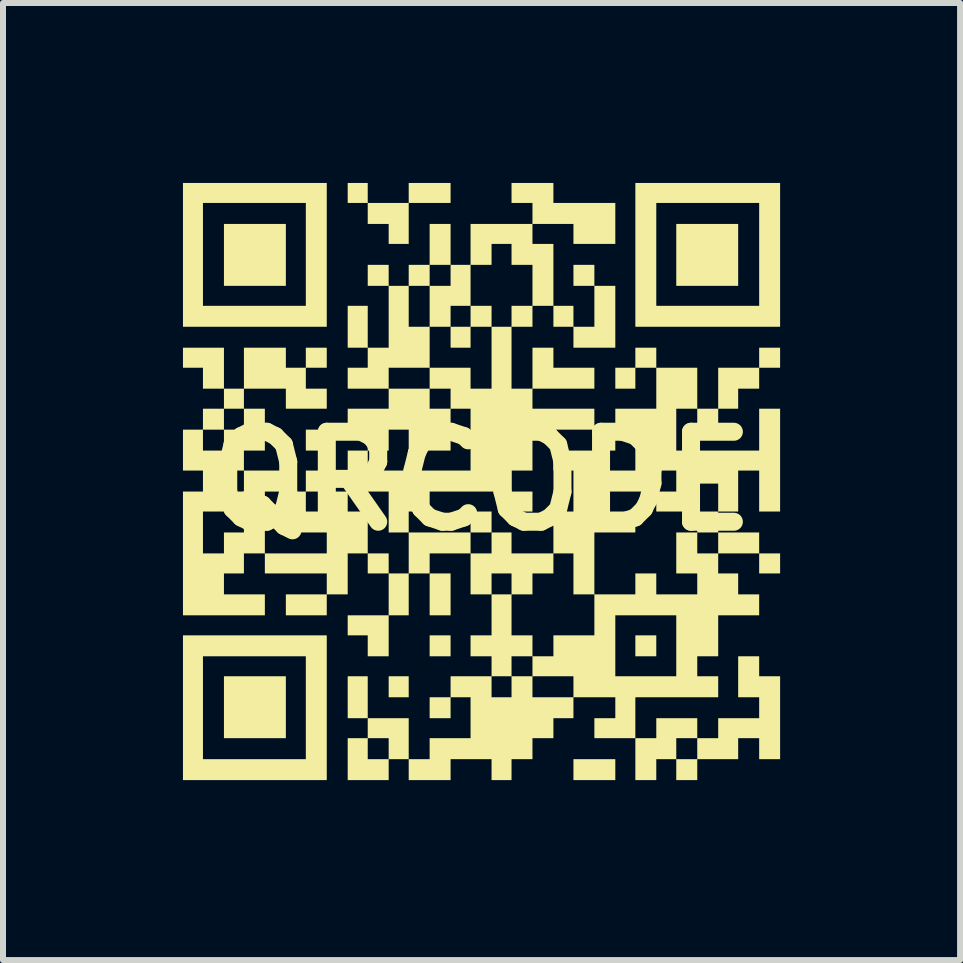
<source format=kicad_pcb>
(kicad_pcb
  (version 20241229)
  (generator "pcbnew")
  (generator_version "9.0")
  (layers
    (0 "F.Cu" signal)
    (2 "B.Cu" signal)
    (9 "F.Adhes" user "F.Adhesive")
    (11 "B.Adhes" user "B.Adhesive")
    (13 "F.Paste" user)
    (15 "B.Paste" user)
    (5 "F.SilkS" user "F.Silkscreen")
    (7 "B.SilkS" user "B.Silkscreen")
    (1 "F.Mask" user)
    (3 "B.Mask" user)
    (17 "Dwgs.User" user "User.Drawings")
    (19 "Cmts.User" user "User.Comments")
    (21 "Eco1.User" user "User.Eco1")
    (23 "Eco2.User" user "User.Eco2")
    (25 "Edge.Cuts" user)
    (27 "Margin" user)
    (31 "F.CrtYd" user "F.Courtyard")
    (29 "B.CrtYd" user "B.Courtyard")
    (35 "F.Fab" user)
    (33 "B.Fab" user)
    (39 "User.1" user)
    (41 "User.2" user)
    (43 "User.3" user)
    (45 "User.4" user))
  (footprint "QRCODE"
    (layer "F.Cu")
    (at 4.969 4.969)
    (property "Reference" "QRCODE" (at 0 0 0) (layer "F.SilkS") (effects (font (size 1.5 1.5) (thickness 0.3))))
    (attr board_only exclude_from_pos_files exclude_from_bom)
    (fp_poly (pts (xy -3.254 -3.77) (xy -3.254 -3.254) (xy -3.77 -3.254) (xy -4.286 -3.254) (xy -4.286 -3.77) (xy -4.286 -4.286) (xy -3.77 -4.286) (xy -3.254 -4.286)) (stroke (width 0) (type solid)) (fill yes) (layer "F.SilkS"))
    (fp_poly (pts (xy -3.254 3.77) (xy -3.254 4.286) (xy -3.77 4.286) (xy -4.286 4.286) (xy -4.286 3.77) (xy -4.286 3.254) (xy -3.77 3.254) (xy -3.254 3.254)) (stroke (width 0) (type solid)) (fill yes) (layer "F.SilkS"))
    (fp_poly (pts (xy -2.572 -0.683) (xy -2.572 -0.508) (xy -2.746 -0.508) (xy -2.921 -0.508) (xy -2.921 -0.683) (xy -2.921 -0.857) (xy -2.746 -0.857) (xy -2.572 -0.857)) (stroke (width 0) (type solid)) (fill yes) (layer "F.SilkS"))
    (fp_poly (pts (xy -1.889 3.604) (xy -1.889 3.953) (xy -2.056 3.953) (xy -2.223 3.953) (xy -2.223 3.604) (xy -2.223 3.254) (xy -2.056 3.254) (xy -1.889 3.254)) (stroke (width 0) (type solid)) (fill yes) (layer "F.SilkS"))
    (fp_poly (pts (xy -1.206 3.429) (xy -1.206 3.604) (xy -1.373 3.604) (xy -1.54 3.604) (xy -1.54 3.429) (xy -1.54 3.254) (xy -1.373 3.254) (xy -1.206 3.254)) (stroke (width 0) (type solid)) (fill yes) (layer "F.SilkS"))
    (fp_poly (pts (xy -0.508 1.889) (xy -0.508 2.238) (xy -0.683 2.238) (xy -0.857 2.238) (xy -0.857 1.889) (xy -0.857 1.54) (xy -0.683 1.54) (xy -0.508 1.54)) (stroke (width 0) (type solid)) (fill yes) (layer "F.SilkS"))
    (fp_poly (pts (xy -0.508 2.746) (xy -0.508 2.921) (xy -0.683 2.921) (xy -0.857 2.921) (xy -0.857 2.746) (xy -0.857 2.572) (xy -0.683 2.572) (xy -0.508 2.572)) (stroke (width 0) (type solid)) (fill yes) (layer "F.SilkS"))
    (fp_poly (pts (xy 0.175 0.683) (xy 0.175 0.857) (xy 0 0.857) (xy -0.175 0.857) (xy -0.175 0.683) (xy -0.175 0.508) (xy 0 0.508) (xy 0.175 0.508)) (stroke (width 0) (type solid)) (fill yes) (layer "F.SilkS"))
    (fp_poly (pts (xy 0.857 0.341) (xy 0.857 0.508) (xy 0.683 0.508) (xy 0.508 0.508) (xy 0.508 0.341) (xy 0.508 0.175) (xy 0.683 0.175) (xy 0.857 0.175)) (stroke (width 0) (type solid)) (fill yes) (layer "F.SilkS"))
    (fp_poly (pts (xy 1.889 -3.429) (xy 1.889 -3.254) (xy 1.714 -3.254) (xy 1.54 -3.254) (xy 1.54 -3.429) (xy 1.54 -3.604) (xy 1.714 -3.604) (xy 1.889 -3.604)) (stroke (width 0) (type solid)) (fill yes) (layer "F.SilkS"))
    (fp_poly (pts (xy 2.238 4.81) (xy 2.238 4.985) (xy 1.889 4.985) (xy 1.54 4.985) (xy 1.54 4.81) (xy 1.54 4.636) (xy 1.889 4.636) (xy 2.238 4.636)) (stroke (width 0) (type solid)) (fill yes) (layer "F.SilkS"))
    (fp_poly (pts (xy 2.921 2.746) (xy 2.921 2.921) (xy 2.746 2.921) (xy 2.572 2.921) (xy 2.572 2.746) (xy 2.572 2.572) (xy 2.746 2.572) (xy 2.921 2.572)) (stroke (width 0) (type solid)) (fill yes) (layer "F.SilkS"))
    (fp_poly (pts (xy 4.286 -3.77) (xy 4.286 -3.254) (xy 3.77 -3.254) (xy 3.254 -3.254) (xy 3.254 -3.77) (xy 3.254 -4.286) (xy 3.77 -4.286) (xy 4.286 -4.286)) (stroke (width 0) (type solid)) (fill yes) (layer "F.SilkS"))
    (fp_poly (pts (xy 4.985 1.373) (xy 4.985 1.54) (xy 4.81 1.54) (xy 4.636 1.54) (xy 4.636 1.373) (xy 4.636 1.206) (xy 4.81 1.206) (xy 4.985 1.206)) (stroke (width 0) (type solid)) (fill yes) (layer "F.SilkS"))
    (fp_poly (pts (xy 0.175 -2.746) (xy 0.175 -2.572) (xy 0 -2.572) (xy -0.175 -2.572) (xy -0.175 -2.397) (xy -0.175 -2.223) (xy -0.341 -2.223) (xy -0.508 -2.223) (xy -0.508 -2.397) (xy -0.508 -2.572) (xy -0.341 -2.572) (xy -0.175 -2.572) (xy -0.175 -2.746) (xy -0.175 -2.921) (xy 0 -2.921) (xy 0.175 -2.921)) (stroke (width 0) (type solid)) (fill yes) (layer "F.SilkS"))
    (fp_poly (pts (xy 2.921 -2.056) (xy 2.921 -1.889) (xy 2.746 -1.889) (xy 2.572 -1.889) (xy 2.572 -1.714) (xy 2.572 -1.54) (xy 2.405 -1.54) (xy 2.238 -1.54) (xy 2.238 -1.714) (xy 2.238 -1.889) (xy 2.405 -1.889) (xy 2.572 -1.889) (xy 2.572 -2.056) (xy 2.572 -2.223) (xy 2.746 -2.223) (xy 2.921 -2.223)) (stroke (width 0) (type solid)) (fill yes) (layer "F.SilkS"))
    (fp_poly (pts (xy -2.572 -3.77) (xy -2.572 -2.572) (xy -3.77 -2.572) (xy -4.969 -2.572) (xy -4.969 -3.77) (xy -4.969 -4.636) (xy -4.636 -4.636) (xy -4.636 -3.778) (xy -4.636 -2.921) (xy -3.778 -2.921) (xy -2.921 -2.921) (xy -2.921 -3.778) (xy -2.921 -4.636) (xy -3.778 -4.636) (xy -4.636 -4.636) (xy -4.969 -4.636) (xy -4.969 -4.969) (xy -3.77 -4.969) (xy -2.572 -4.969)) (stroke (width 0) (type solid)) (fill yes) (layer "F.SilkS"))
    (fp_poly (pts (xy -2.572 3.778) (xy -2.572 4.985) (xy -3.77 4.985) (xy -4.969 4.985) (xy -4.969 3.778) (xy -4.969 2.921) (xy -4.636 2.921) (xy -4.636 3.778) (xy -4.636 4.636) (xy -3.778 4.636) (xy -2.921 4.636) (xy -2.921 3.778) (xy -2.921 2.921) (xy -3.778 2.921) (xy -4.636 2.921) (xy -4.969 2.921) (xy -4.969 2.572) (xy -3.77 2.572) (xy -2.572 2.572)) (stroke (width 0) (type solid)) (fill yes) (layer "F.SilkS"))
    (fp_poly (pts (xy 4.985 -3.77) (xy 4.985 -2.572) (xy 3.778 -2.572) (xy 2.572 -2.572) (xy 2.572 -3.77) (xy 2.572 -4.636) (xy 2.921 -4.636) (xy 2.921 -3.778) (xy 2.921 -2.921) (xy 3.778 -2.921) (xy 4.636 -2.921) (xy 4.636 -3.778) (xy 4.636 -4.636) (xy 3.778 -4.636) (xy 2.921 -4.636) (xy 2.572 -4.636) (xy 2.572 -4.969) (xy 3.778 -4.969) (xy 4.985 -4.969)) (stroke (width 0) (type solid)) (fill yes) (layer "F.SilkS"))
    (fp_poly (pts (xy 2.238 -2.738) (xy 2.238 -2.223) (xy 1.889 -2.223) (xy 1.54 -2.223) (xy 1.54 -2.397) (xy 1.54 -2.572) (xy 1.373 -2.572) (xy 1.206 -2.572) (xy 1.206 -2.746) (xy 1.206 -2.921) (xy 1.373 -2.921) (xy 1.54 -2.921) (xy 1.54 -2.746) (xy 1.54 -2.572) (xy 1.714 -2.572) (xy 1.889 -2.572) (xy 1.889 -2.913) (xy 1.889 -3.254) (xy 2.064 -3.254) (xy 2.238 -3.254)) (stroke (width 0) (type solid)) (fill yes) (layer "F.SilkS"))
    (fp_poly (pts (xy -1.889 -4.802) (xy -1.889 -4.636) (xy -1.548 -4.636) (xy -1.206 -4.636) (xy -1.206 -4.802) (xy -1.206 -4.969) (xy -0.857 -4.969) (xy -0.508 -4.969) (xy -0.508 -4.802) (xy -0.508 -4.636) (xy -0.857 -4.636) (xy -1.206 -4.636) (xy -1.206 -4.294) (xy -1.206 -3.953) (xy -1.373 -3.953) (xy -1.54 -3.953) (xy -1.54 -4.12) (xy -1.54 -4.286) (xy -1.714 -4.286) (xy -1.889 -4.286) (xy -1.889 -4.461) (xy -1.889 -4.636) (xy -2.056 -4.636) (xy -2.223 -4.636) (xy -2.223 -4.802) (xy -2.223 -4.969) (xy -2.056 -4.969) (xy -1.889 -4.969)) (stroke (width 0) (type solid)) (fill yes) (layer "F.SilkS"))
    (fp_poly (pts (xy 1.206 -4.802) (xy 1.206 -4.636) (xy 1.722 -4.636) (xy 2.238 -4.636) (xy 2.238 -4.294) (xy 2.238 -3.953) (xy 1.889 -3.953) (xy 1.54 -3.953) (xy 1.54 -4.12) (xy 1.54 -4.286) (xy 1.199 -4.286) (xy 0.857 -4.286) (xy 0.857 -4.12) (xy 0.857 -3.953) (xy 1.032 -3.953) (xy 1.206 -3.953) (xy 1.206 -3.437) (xy 1.206 -2.921) (xy 1.032 -2.921) (xy 0.857 -2.921) (xy 0.857 -2.746) (xy 0.857 -2.572) (xy 0.683 -2.572) (xy 0.508 -2.572) (xy 0.508 -2.056) (xy 0.508 -1.54) (xy 0.683 -1.54) (xy 0.857 -1.54) (xy 0.857 -1.881) (xy 0.857 -2.223) (xy 1.032 -2.223) (xy 1.206 -2.223) (xy 1.206 -2.056) (xy 1.206 -1.889) (xy 1.548 -1.889) (xy 1.889 -1.889) (xy 1.889 -1.714) (xy 1.889 -1.54) (xy 1.373 -1.54) (xy 0.857 -1.54) (xy 0.857 -1.373) (xy 0.857 -1.206) (xy 1.373 -1.206) (xy 1.889 -1.206) (xy 1.889 -1.032) (xy 1.889 -0.857) (xy 2.064 -0.857) (xy 2.238 -0.857) (xy 2.238 -1.032) (xy 2.238 -1.206) (xy 2.58 -1.206) (xy 2.921 -1.206) (xy 2.921 -1.548) (xy 2.921 -1.889) (xy 3.262 -1.889) (xy 3.604 -1.889) (xy 3.604 -1.548) (xy 3.604 -1.206) (xy 3.778 -1.206) (xy 3.953 -1.206) (xy 3.953 -1.548) (xy 3.953 -1.889) (xy 4.294 -1.889) (xy 4.636 -1.889) (xy 4.636 -2.056) (xy 4.636 -2.223) (xy 4.81 -2.223) (xy 4.985 -2.223) (xy 4.985 -2.056) (xy 4.985 -1.889) (xy 4.81 -1.889) (xy 4.636 -1.889) (xy 4.636 -1.714) (xy 4.636 -1.54) (xy 4.461 -1.54) (xy 4.286 -1.54) (xy 4.286 -1.373) (xy 4.286 -1.206) (xy 4.12 -1.206) (xy 3.953 -1.206) (xy 3.953 -1.032) (xy 3.953 -0.857) (xy 3.778 -0.857) (xy 3.604 -0.857) (xy 3.604 -1.032) (xy 3.604 -1.206) (xy 3.429 -1.206) (xy 3.254 -1.206) (xy 3.254 -0.857) (xy 3.254 -0.508) (xy 3.945 -0.508) (xy 4.636 -0.508) (xy 4.636 -0.857) (xy 4.636 -1.206) (xy 4.81 -1.206) (xy 4.985 -1.206) (xy 4.985 -0.349) (xy 4.985 0.508) (xy 4.81 0.508) (xy 4.636 0.508) (xy 4.636 0.167) (xy 4.636 -0.175) (xy 4.461 -0.175) (xy 4.286 -0.175) (xy 4.286 0.167) (xy 4.286 0.508) (xy 4.12 0.508) (xy 3.953 0.508) (xy 3.953 0.683) (xy 3.953 0.857) (xy 3.778 0.857) (xy 3.604 0.857) (xy 3.604 1.032) (xy 3.604 1.206) (xy 3.778 1.206) (xy 3.953 1.206) (xy 3.953 1.032) (xy 3.953 0.857) (xy 4.294 0.857) (xy 4.636 0.857) (xy 4.636 1.032) (xy 4.636 1.206) (xy 4.294 1.206) (xy 3.953 1.206) (xy 3.953 1.373) (xy 3.953 1.54) (xy 4.12 1.54) (xy 4.286 1.54) (xy 4.286 1.714) (xy 4.286 1.889) (xy 4.461 1.889) (xy 4.636 1.889) (xy 4.636 2.064) (xy 4.636 2.238) (xy 4.294 2.238) (xy 3.953 2.238) (xy 3.953 2.58) (xy 3.953 2.921) (xy 3.778 2.921) (xy 3.604 2.921) (xy 3.604 3.088) (xy 3.604 3.254) (xy 3.778 3.254) (xy 3.953 3.254) (xy 3.953 3.429) (xy 3.953 3.604) (xy 3.262 3.604) (xy 2.572 3.604) (xy 2.572 3.945) (xy 2.572 4.286) (xy 2.746 4.286) (xy 2.921 4.286) (xy 3.254 4.286) (xy 3.254 4.461) (xy 3.254 4.636) (xy 3.429 4.636) (xy 3.604 4.636) (xy 3.604 4.461) (xy 3.604 4.286) (xy 3.429 4.286) (xy 3.254 4.286) (xy 2.921 4.286) (xy 2.921 4.12) (xy 2.921 3.953) (xy 3.262 3.953) (xy 3.604 3.953) (xy 3.604 4.12) (xy 3.604 4.286) (xy 3.778 4.286) (xy 3.953 4.286) (xy 3.953 4.12) (xy 3.953 3.953) (xy 4.294 3.953) (xy 4.636 3.953) (xy 4.636 3.778) (xy 4.636 3.604) (xy 4.461 3.604) (xy 4.286 3.604) (xy 4.286 3.262) (xy 4.286 2.921) (xy 4.461 2.921) (xy 4.636 2.921) (xy 4.636 3.088) (xy 4.636 3.254) (xy 4.81 3.254) (xy 4.985 3.254) (xy 4.985 3.945) (xy 4.985 4.636) (xy 4.81 4.636) (xy 4.636 4.636) (xy 4.636 4.461) (xy 4.636 4.286) (xy 4.461 4.286) (xy 4.286 4.286) (xy 4.286 4.461) (xy 4.286 4.636) (xy 3.945 4.636) (xy 3.604 4.636) (xy 3.604 4.81) (xy 3.604 4.985) (xy 3.429 4.985) (xy 3.254 4.985) (xy 3.254 4.81) (xy 3.254 4.636) (xy 3.088 4.636) (xy 2.921 4.636) (xy 2.921 4.81) (xy 2.921 4.985) (xy 2.746 4.985) (xy 2.572 4.985) (xy 2.572 4.636) (xy 2.572 4.286) (xy 2.23 4.286) (xy 1.889 4.286) (xy 1.889 4.12) (xy 1.889 3.953) (xy 2.064 3.953) (xy 2.238 3.953) (xy 2.238 3.778) (xy 2.238 3.604) (xy 1.889 3.604) (xy 1.54 3.604) (xy 1.54 3.778) (xy 1.54 3.953) (xy 1.373 3.953) (xy 1.206 3.953) (xy 1.206 4.12) (xy 1.206 4.286) (xy 1.032 4.286) (xy 0.857 4.286) (xy 0.857 4.461) (xy 0.857 4.636) (xy 0.683 4.636) (xy 0.508 4.636) (xy 0.508 4.81) (xy 0.508 4.985) (xy 0.341 4.985) (xy 0.175 4.985) (xy 0.175 4.81) (xy 0.175 4.636) (xy -0.167 4.636) (xy -0.508 4.636) (xy -0.508 4.81) (xy -0.508 4.985) (xy -0.857 4.985) (xy -1.206 4.985) (xy -1.206 4.81) (xy -1.206 4.636) (xy -1.373 4.636) (xy -1.54 4.636) (xy -1.54 4.81) (xy -1.54 4.985) (xy -1.881 4.985) (xy -2.223 4.985) (xy -2.223 4.636) (xy -2.223 4.286) (xy -2.056 4.286) (xy -1.889 4.286) (xy -1.889 4.461) (xy -1.889 4.636) (xy -1.714 4.636) (xy -1.54 4.636) (xy -1.54 4.461) (xy -1.54 4.286) (xy -1.714 4.286) (xy -1.889 4.286) (xy -1.889 4.12) (xy -1.889 3.953) (xy -1.548 3.953) (xy -1.206 3.953) (xy -1.206 4.294) (xy -1.206 4.636) (xy -1.032 4.636) (xy -0.857 4.636) (xy -0.857 4.461) (xy -0.857 4.286) (xy -0.516 4.286) (xy -0.175 4.286) (xy -0.175 3.945) (xy -0.175 3.604) (xy -0.341 3.604) (xy -0.508 3.604) (xy -0.508 3.778) (xy -0.508 3.953) (xy -0.683 3.953) (xy -0.857 3.953) (xy -0.857 3.778) (xy -0.857 3.604) (xy -0.683 3.604) (xy -0.508 3.604) (xy -0.508 3.429) (xy -0.508 3.254) (xy -0.167 3.254) (xy 0.175 3.254) (xy 0.175 3.088) (xy 0.175 2.921) (xy 0 2.921) (xy -0.175 2.921) (xy -0.175 2.746) (xy -0.175 2.572) (xy 0 2.572) (xy 0.175 2.572) (xy 0.175 2.23) (xy 0.175 1.889) (xy 0.341 1.889) (xy 0.508 1.889) (xy 0.508 2.23) (xy 0.508 2.572) (xy 0.683 2.572) (xy 0.857 2.572) (xy 0.857 2.746) (xy 0.857 2.921) (xy 0.683 2.921) (xy 0.508 2.921) (xy 0.508 3.088) (xy 0.508 3.254) (xy 0.341 3.254) (xy 0.175 3.254) (xy 0.175 3.429) (xy 0.175 3.604) (xy 0.341 3.604) (xy 0.508 3.604) (xy 0.508 3.429) (xy 0.508 3.254) (xy 0.683 3.254) (xy 0.857 3.254) (xy 0.857 3.429) (xy 0.857 3.604) (xy 1.199 3.604) (xy 1.54 3.604) (xy 1.54 3.429) (xy 1.54 3.254) (xy 1.199 3.254) (xy 0.857 3.254) (xy 0.857 3.088) (xy 0.857 2.921) (xy 1.032 2.921) (xy 1.206 2.921) (xy 1.206 2.746) (xy 1.206 2.572) (xy 1.548 2.572) (xy 1.889 2.572) (xy 1.889 2.238) (xy 2.238 2.238) (xy 2.238 2.746) (xy 2.238 3.254) (xy 2.746 3.254) (xy 3.254 3.254) (xy 3.254 2.746) (xy 3.254 2.238) (xy 2.746 2.238) (xy 2.238 2.238) (xy 1.889 2.238) (xy 1.889 2.23) (xy 1.889 1.889) (xy 2.23 1.889) (xy 2.572 1.889) (xy 2.572 1.714) (xy 2.572 1.54) (xy 2.746 1.54) (xy 2.921 1.54) (xy 2.921 1.714) (xy 2.921 1.889) (xy 3.262 1.889) (xy 3.604 1.889) (xy 3.604 1.714) (xy 3.604 1.54) (xy 3.429 1.54) (xy 3.254 1.54) (xy 3.254 1.199) (xy 3.254 0.857) (xy 3.429 0.857) (xy 3.604 0.857) (xy 3.604 0.683) (xy 3.604 0.508) (xy 3.778 0.508) (xy 3.953 0.508) (xy 3.953 0.167) (xy 3.953 -0.175) (xy 3.778 -0.175) (xy 3.604 -0.175) (xy 3.604 0.167) (xy 3.604 0.508) (xy 3.262 0.508) (xy 2.921 0.508) (xy 2.921 0.341) (xy 2.921 0.175) (xy 3.088 0.175) (xy 3.254 0.175) (xy 3.254 0) (xy 3.254 -0.175) (xy 3.088 -0.175) (xy 2.921 -0.175) (xy 2.921 0) (xy 2.921 0.175) (xy 2.405 0.175) (xy 1.889 0.175) (xy 1.889 0.341) (xy 1.889 0.508) (xy 2.23 0.508) (xy 2.572 0.508) (xy 2.572 0.683) (xy 2.572 0.857) (xy 2.23 0.857) (xy 1.889 0.857) (xy 1.889 1.373) (xy 1.889 1.889) (xy 1.714 1.889) (xy 1.54 1.889) (xy 1.54 1.548) (xy 1.54 1.206) (xy 1.373 1.206) (xy 1.206 1.206) (xy 1.206 1.373) (xy 1.206 1.54) (xy 1.032 1.54) (xy 0.857 1.54) (xy 0.857 1.714) (xy 0.857 1.889) (xy 0.683 1.889) (xy 0.508 1.889) (xy 0.508 1.714) (xy 0.508 1.54) (xy 0.341 1.54) (xy 0.175 1.54) (xy 0.175 1.714) (xy 0.175 1.889) (xy 0 1.889) (xy -0.175 1.889) (xy -0.175 1.548) (xy -0.175 1.206) (xy -0.516 1.206) (xy -0.857 1.206) (xy -0.857 1.373) (xy -0.857 1.54) (xy -1.032 1.54) (xy -1.206 1.54) (xy -1.206 1.889) (xy -1.206 2.238) (xy -1.373 2.238) (xy -1.54 2.238) (xy -1.54 2.58) (xy -1.54 2.921) (xy -1.714 2.921) (xy -1.889 2.921) (xy -1.889 2.746) (xy -1.889 2.572) (xy -2.056 2.572) (xy -2.223 2.572) (xy -2.223 2.405) (xy -2.223 2.238) (xy -1.881 2.238) (xy -1.54 2.238) (xy -1.54 1.889) (xy -1.54 1.54) (xy -1.714 1.54) (xy -1.889 1.54) (xy -1.889 1.373) (xy -1.889 1.206) (xy -1.714 1.206) (xy -1.54 1.206) (xy -1.54 1.373) (xy -1.54 1.54) (xy -1.373 1.54) (xy -1.206 1.54) (xy -1.206 1.199) (xy -1.206 0.857) (xy -0.691 0.857) (xy -0.175 0.857) (xy -0.175 1.032) (xy -0.175 1.206) (xy 0 1.206) (xy 0.175 1.206) (xy 0.175 1.032) (xy 0.175 0.857) (xy 0.341 0.857) (xy 0.508 0.857) (xy 0.508 1.032) (xy 0.508 1.206) (xy 0.857 1.206) (xy 1.206 1.206) (xy 1.206 0.857) (xy 1.206 0.508) (xy 1.373 0.508) (xy 1.54 0.508) (xy 1.54 0.167) (xy 1.54 -0.175) (xy 1.373 -0.175) (xy 1.206 -0.175) (xy 1.206 -0.341) (xy 1.206 -0.508) (xy 1.548 -0.508) (xy 1.889 -0.508) (xy 1.889 -0.341) (xy 1.889 -0.175) (xy 2.23 -0.175) (xy 2.572 -0.175) (xy 2.572 -0.516) (xy 2.572 -0.857) (xy 2.405 -0.857) (xy 2.238 -0.857) (xy 2.238 -0.683) (xy 2.238 -0.508) (xy 2.064 -0.508) (xy 1.889 -0.508) (xy 1.889 -0.683) (xy 1.889 -0.857) (xy 1.373 -0.857) (xy 0.857 -0.857) (xy 0.857 -0.516) (xy 0.857 -0.175) (xy 0.683 -0.175) (xy 0.508 -0.175) (xy 0.508 0) (xy 0.508 0.175) (xy -0.175 0.175) (xy -0.857 0.175) (xy -0.857 0.341) (xy -0.857 0.508) (xy -1.032 0.508) (xy -1.206 0.508) (xy -1.206 0.683) (xy -1.206 0.857) (xy -1.373 0.857) (xy -1.54 0.857) (xy -1.54 0.516) (xy -1.54 0.175) (xy -1.881 0.175) (xy -2.223 0.175) (xy -2.223 0.341) (xy -2.223 0.508) (xy -2.056 0.508) (xy -1.889 0.508) (xy -1.889 0.857) (xy -1.889 1.206) (xy -2.056 1.206) (xy -2.223 1.206) (xy -2.223 1.548) (xy -2.223 1.889) (xy -2.397 1.889) (xy -2.572 1.889) (xy -2.572 2.064) (xy -2.572 2.238) (xy -2.913 2.238) (xy -3.254 2.238) (xy -3.254 2.064) (xy -3.254 1.889) (xy -2.913 1.889) (xy -2.572 1.889) (xy -2.572 1.714) (xy -2.572 1.54) (xy -3.088 1.54) (xy -3.604 1.54) (xy -3.604 1.373) (xy -3.604 1.206) (xy -3.778 1.206) (xy -3.953 1.206) (xy -3.953 1.373) (xy -3.953 1.54) (xy -4.12 1.54) (xy -4.286 1.54) (xy -4.286 1.714) (xy -4.286 1.889) (xy -3.945 1.889) (xy -3.604 1.889) (xy -3.604 2.064) (xy -3.604 2.238) (xy -4.286 2.238) (xy -4.969 2.238) (xy -4.969 1.206) (xy -4.969 0.508) (xy -4.636 0.508) (xy -4.636 0.857) (xy -4.636 1.206) (xy -4.461 1.206) (xy -4.286 1.206) (xy -4.286 1.032) (xy -4.286 0.857) (xy -4.12 0.857) (xy -3.953 0.857) (xy -3.953 0.683) (xy -3.953 0.508) (xy -4.294 0.508) (xy -4.636 0.508) (xy -4.969 0.508) (xy -4.969 0.175) (xy -4.802 0.175) (xy -4.636 0.175) (xy -4.636 0) (xy -4.636 -0.175) (xy -4.802 -0.175) (xy -4.969 -0.175) (xy -4.969 -0.516) (xy -4.969 -0.857) (xy -4.802 -0.857) (xy -4.636 -0.857) (xy -4.636 -1.032) (xy -4.636 -1.206) (xy -4.461 -1.206) (xy -4.286 -1.206) (xy -4.286 -1.373) (xy -4.286 -1.54) (xy -4.461 -1.54) (xy -4.636 -1.54) (xy -4.636 -1.714) (xy -4.636 -1.889) (xy -4.802 -1.889) (xy -4.969 -1.889) (xy -4.969 -2.056) (xy -4.969 -2.223) (xy -4.628 -2.223) (xy -4.286 -2.223) (xy -4.286 -1.881) (xy -4.286 -1.54) (xy -4.12 -1.54) (xy -3.953 -1.54) (xy -3.953 -1.881) (xy -3.953 -2.223) (xy -3.604 -2.223) (xy -3.254 -2.223) (xy -3.254 -2.056) (xy -3.254 -1.889) (xy -3.088 -1.889) (xy -2.921 -1.889) (xy -2.921 -2.056) (xy -2.921 -2.223) (xy -2.746 -2.223) (xy -2.572 -2.223) (xy -2.572 -2.056) (xy -2.572 -1.889) (xy -2.746 -1.889) (xy -2.921 -1.889) (xy -2.921 -1.714) (xy -2.921 -1.54) (xy -2.746 -1.54) (xy -2.572 -1.54) (xy -2.572 -1.373) (xy -2.572 -1.206) (xy -2.913 -1.206) (xy -3.254 -1.206) (xy -3.254 -1.373) (xy -3.254 -1.54) (xy -3.604 -1.54) (xy -3.953 -1.54) (xy -3.953 -1.373) (xy -3.953 -1.206) (xy -4.12 -1.206) (xy -4.286 -1.206) (xy -4.286 -1.032) (xy -4.286 -0.857) (xy -4.461 -0.857) (xy -4.636 -0.857) (xy -4.636 -0.683) (xy -4.636 -0.508) (xy -4.461 -0.508) (xy -4.286 -0.508) (xy -4.286 -0.683) (xy -4.286 -0.857) (xy -4.12 -0.857) (xy -3.953 -0.857) (xy -3.953 -1.032) (xy -3.953 -1.206) (xy -3.778 -1.206) (xy -3.604 -1.206) (xy -3.604 -0.857) (xy -3.604 -0.508) (xy -3.778 -0.508) (xy -3.953 -0.508) (xy -3.953 -0.341) (xy -3.953 -0.175) (xy -4.12 -0.175) (xy -4.286 -0.175) (xy -4.286 0) (xy -4.286 0.175) (xy -4.12 0.175) (xy -3.953 0.175) (xy -3.604 0.175) (xy -3.604 0.691) (xy -3.604 1.206) (xy -3.088 1.206) (xy -2.572 1.206) (xy -2.572 1.032) (xy -2.572 0.857) (xy -2.913 0.857) (xy -3.254 0.857) (xy -3.254 0.516) (xy -3.254 0.175) (xy -3.429 0.175) (xy -3.604 0.175) (xy -3.953 0.175) (xy -3.953 0) (xy -3.953 -0.175) (xy -3.604 -0.175) (xy -3.254 -0.175) (xy -3.254 0) (xy -3.254 0.175) (xy -3.088 0.175) (xy -2.921 0.175) (xy -2.921 0.341) (xy -2.921 0.508) (xy -2.746 0.508) (xy -2.572 0.508) (xy -2.572 0.341) (xy -2.572 0.175) (xy -2.746 0.175) (xy -2.921 0.175) (xy -2.921 0) (xy -2.921 -0.175) (xy -2.746 -0.175) (xy -2.572 -0.175) (xy -2.572 0) (xy -2.572 0.175) (xy -2.397 0.175) (xy -2.223 0.175) (xy -2.223 -0.167) (xy -2.223 -0.175) (xy -1.889 -0.175) (xy -1.032 -0.175) (xy -0.175 -0.175) (xy -0.175 -0.691) (xy -0.175 -1.206) (xy -0.341 -1.206) (xy -0.508 -1.206) (xy -0.508 -0.857) (xy -0.508 -0.508) (xy -0.857 -0.508) (xy -1.206 -0.508) (xy -1.206 -0.683) (xy -1.206 -0.857) (xy -1.373 -0.857) (xy -1.54 -0.857) (xy -1.54 -0.683) (xy -1.54 -0.508) (xy -1.714 -0.508) (xy -1.889 -0.508) (xy -1.889 -0.341) (xy -1.889 -0.175) (xy -2.223 -0.175) (xy -2.223 -0.508) (xy -2.056 -0.508) (xy -1.889 -0.508) (xy -1.889 -0.683) (xy -1.889 -0.857) (xy -2.056 -0.857) (xy -2.223 -0.857) (xy -2.223 -1.032) (xy -2.223 -1.206) (xy -1.881 -1.206) (xy -1.54 -1.206) (xy -1.54 -1.373) (xy -1.54 -1.54) (xy -1.199 -1.54) (xy -0.857 -1.54) (xy -0.857 -1.373) (xy -0.857 -1.206) (xy -0.683 -1.206) (xy -0.508 -1.206) (xy -0.508 -1.373) (xy -0.508 -1.54) (xy -0.683 -1.54) (xy -0.857 -1.54) (xy -0.857 -1.714) (xy -0.857 -1.889) (xy -0.516 -1.889) (xy -0.175 -1.889) (xy -0.175 -1.714) (xy -0.175 -1.54) (xy 0 -1.54) (xy 0.175 -1.54) (xy 0.175 -2.056) (xy 0.175 -2.572) (xy 0.341 -2.572) (xy 0.508 -2.572) (xy 0.508 -2.746) (xy 0.508 -2.921) (xy 0.683 -2.921) (xy 0.857 -2.921) (xy 0.857 -3.262) (xy 0.857 -3.604) (xy 0.683 -3.604) (xy 0.508 -3.604) (xy 0.508 -3.778) (xy 0.508 -3.953) (xy 0.341 -3.953) (xy 0.175 -3.953) (xy 0.175 -3.778) (xy 0.175 -3.604) (xy 0 -3.604) (xy -0.175 -3.604) (xy -0.175 -3.262) (xy -0.175 -2.921) (xy -0.341 -2.921) (xy -0.508 -2.921) (xy -0.508 -2.746) (xy -0.508 -2.572) (xy -0.683 -2.572) (xy -0.857 -2.572) (xy -0.857 -2.913) (xy -0.857 -3.254) (xy -0.683 -3.254) (xy -0.508 -3.254) (xy -0.508 -3.429) (xy -0.508 -3.604) (xy -0.683 -3.604) (xy -0.857 -3.604) (xy -0.857 -3.429) (xy -0.857 -3.254) (xy -1.032 -3.254) (xy -1.206 -3.254) (xy -1.206 -2.913) (xy -1.206 -2.572) (xy -1.032 -2.572) (xy -0.857 -2.572) (xy -0.857 -2.23) (xy -0.857 -1.889) (xy -1.199 -1.889) (xy -1.54 -1.889) (xy -1.54 -1.714) (xy -1.54 -1.54) (xy -1.881 -1.54) (xy -2.223 -1.54) (xy -2.223 -1.714) (xy -2.223 -1.889) (xy -2.056 -1.889) (xy -1.889 -1.889) (xy -1.889 -2.056) (xy -1.889 -2.223) (xy -2.056 -2.223) (xy -2.223 -2.223) (xy -2.223 -2.572) (xy -2.223 -2.921) (xy -2.056 -2.921) (xy -1.889 -2.921) (xy -1.889 -2.572) (xy -1.889 -2.223) (xy -1.714 -2.223) (xy -1.54 -2.223) (xy -1.54 -2.738) (xy -1.54 -3.254) (xy -1.714 -3.254) (xy -1.889 -3.254) (xy -1.889 -3.429) (xy -1.889 -3.604) (xy -1.714 -3.604) (xy -1.54 -3.604) (xy -1.54 -3.429) (xy -1.54 -3.254) (xy -1.373 -3.254) (xy -1.206 -3.254) (xy -1.206 -3.429) (xy -1.206 -3.604) (xy -1.032 -3.604) (xy -0.857 -3.604) (xy -0.857 -3.945) (xy -0.857 -4.286) (xy -0.683 -4.286) (xy -0.508 -4.286) (xy -0.508 -3.945) (xy -0.508 -3.604) (xy -0.341 -3.604) (xy -0.175 -3.604) (xy -0.175 -3.945) (xy -0.175 -4.286) (xy 0.341 -4.286) (xy 0.857 -4.286) (xy 0.857 -4.461) (xy 0.857 -4.636) (xy 0.683 -4.636) (xy 0.508 -4.636) (xy 0.508 -4.802) (xy 0.508 -4.969) (xy 0.857 -4.969) (xy 1.206 -4.969)) (stroke (width 0) (type solid)) (fill yes) (layer "F.SilkS")))
  (gr_rect
    (start -3 -3)
    (end 12.954 12.954)
    (stroke (width 0.1) (type default))
    (fill no)
    (layer "Edge.Cuts")))
</source>
